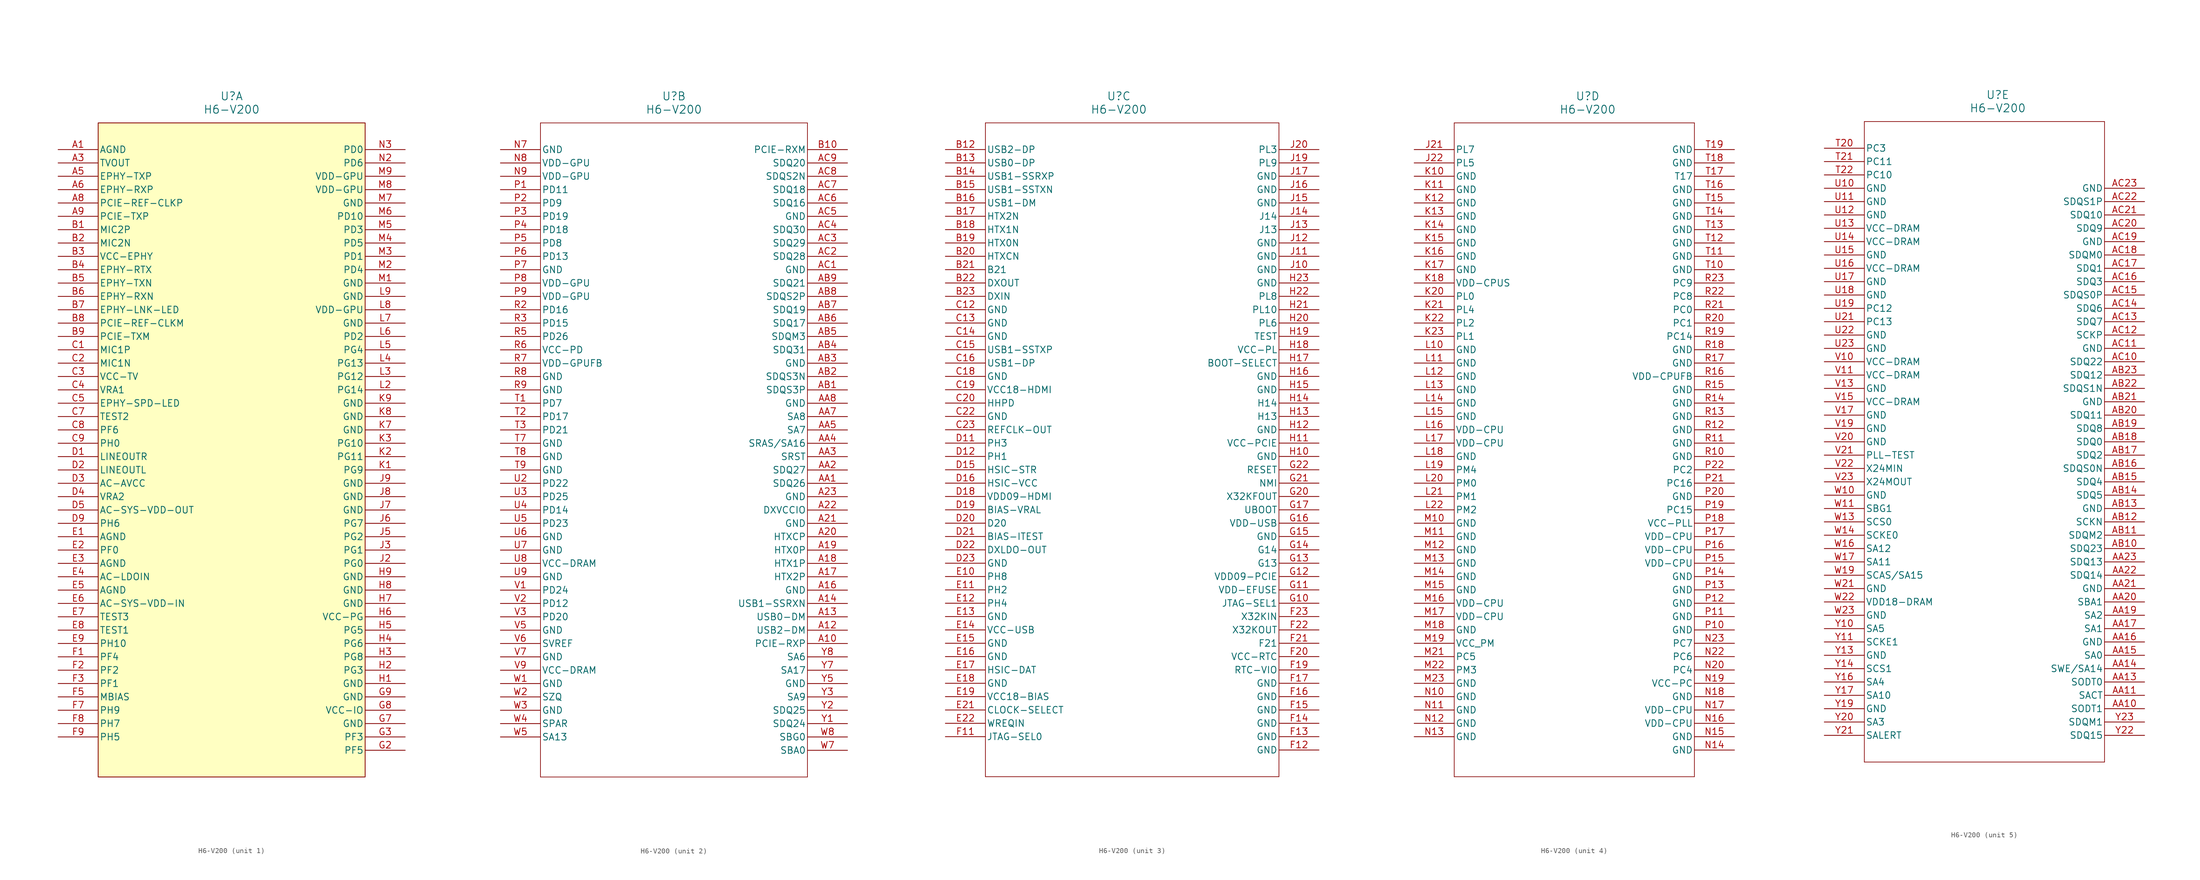
<source format=kicad_sym>
(kicad_symbol_lib
  (version 20231120)
  (generator "kicad_symbol_editor")
  (generator_version "8.0")
  (symbol "H6-V200"
    (pin_names
      (offset 0.254))
    (property "Reference" "U"
      (at 33.02 10.16 0)
      (effects (font (size 1.524 1.524))))
    (property "Value" "H6-V200"
      (at 33.02 7.62 0)
      (effects (font (size 1.524 1.524))))
    (property "ki_locked" ""
      (at 0 0 0)
      (effects (font (size 1.27 1.27))))
    (symbol "H6-V200_1_1"
      (rectangle (start 7.62 5.08) (end 58.42 -119.38) (stroke (width 0) (type default)) (fill (type background)))
      (pin power_out line (at 0 0 0) (length 7.62) (name "AGND" (effects (font (size 1.27 1.27)))) (number "A1" (effects (font (size 1.27 1.27)))))
      (pin unspecified line (at 0 -2.54 0) (length 7.62) (name "TVOUT" (effects (font (size 1.27 1.27)))) (number "A3" (effects (font (size 1.27 1.27)))))
      (pin unspecified line (at 0 -5.08 0) (length 7.62) (name "EPHY-TXP" (effects (font (size 1.27 1.27)))) (number "A5" (effects (font (size 1.27 1.27)))))
      (pin unspecified line (at 0 -7.62 0) (length 7.62) (name "EPHY-RXP" (effects (font (size 1.27 1.27)))) (number "A6" (effects (font (size 1.27 1.27)))))
      (pin unspecified line (at 0 -10.16 0) (length 7.62) (name "PCIE-REF-CLKP" (effects (font (size 1.27 1.27)))) (number "A8" (effects (font (size 1.27 1.27)))))
      (pin unspecified line (at 0 -12.7 0) (length 7.62) (name "PCIE-TXP" (effects (font (size 1.27 1.27)))) (number "A9" (effects (font (size 1.27 1.27)))))
      (pin unspecified line (at 0 -15.24 0) (length 7.62) (name "MIC2P" (effects (font (size 1.27 1.27)))) (number "B1" (effects (font (size 1.27 1.27)))))
      (pin unspecified line (at 0 -17.78 0) (length 7.62) (name "MIC2N" (effects (font (size 1.27 1.27)))) (number "B2" (effects (font (size 1.27 1.27)))))
      (pin power_in line (at 0 -20.32 0) (length 7.62) (name "VCC-EPHY" (effects (font (size 1.27 1.27)))) (number "B3" (effects (font (size 1.27 1.27)))))
      (pin unspecified line (at 0 -22.86 0) (length 7.62) (name "EPHY-RTX" (effects (font (size 1.27 1.27)))) (number "B4" (effects (font (size 1.27 1.27)))))
      (pin unspecified line (at 0 -25.4 0) (length 7.62) (name "EPHY-TXN" (effects (font (size 1.27 1.27)))) (number "B5" (effects (font (size 1.27 1.27)))))
      (pin unspecified line (at 0 -27.94 0) (length 7.62) (name "EPHY-RXN" (effects (font (size 1.27 1.27)))) (number "B6" (effects (font (size 1.27 1.27)))))
      (pin output line (at 0 -30.48 0) (length 7.62) (name "EPHY-LNK-LED" (effects (font (size 1.27 1.27)))) (number "B7" (effects (font (size 1.27 1.27)))))
      (pin unspecified line (at 0 -33.02 0) (length 7.62) (name "PCIE-REF-CLKM" (effects (font (size 1.27 1.27)))) (number "B8" (effects (font (size 1.27 1.27)))))
      (pin unspecified line (at 0 -35.56 0) (length 7.62) (name "PCIE-TXM" (effects (font (size 1.27 1.27)))) (number "B9" (effects (font (size 1.27 1.27)))))
      (pin unspecified line (at 0 -38.1 0) (length 7.62) (name "MIC1P" (effects (font (size 1.27 1.27)))) (number "C1" (effects (font (size 1.27 1.27)))))
      (pin unspecified line (at 0 -40.64 0) (length 7.62) (name "MIC1N" (effects (font (size 1.27 1.27)))) (number "C2" (effects (font (size 1.27 1.27)))))
      (pin power_in line (at 0 -43.18 0) (length 7.62) (name "VCC-TV" (effects (font (size 1.27 1.27)))) (number "C3" (effects (font (size 1.27 1.27)))))
      (pin unspecified line (at 0 -45.72 0) (length 7.62) (name "VRA1" (effects (font (size 1.27 1.27)))) (number "C4" (effects (font (size 1.27 1.27)))))
      (pin output line (at 0 -48.26 0) (length 7.62) (name "EPHY-SPD-LED" (effects (font (size 1.27 1.27)))) (number "C5" (effects (font (size 1.27 1.27)))))
      (pin bidirectional line (at 0 -50.8 0) (length 7.62) (name "TEST2" (effects (font (size 1.27 1.27)))) (number "C7" (effects (font (size 1.27 1.27)))))
      (pin bidirectional line (at 0 -53.34 0) (length 7.62) (name "PF6" (effects (font (size 1.27 1.27)))) (number "C8" (effects (font (size 1.27 1.27)))))
      (pin bidirectional line (at 0 -55.88 0) (length 7.62) (name "PH0" (effects (font (size 1.27 1.27)))) (number "C9" (effects (font (size 1.27 1.27)))))
      (pin unspecified line (at 0 -58.42 0) (length 7.62) (name "LINEOUTR" (effects (font (size 1.27 1.27)))) (number "D1" (effects (font (size 1.27 1.27)))))
      (pin unspecified line (at 0 -60.96 0) (length 7.62) (name "LINEOUTL" (effects (font (size 1.27 1.27)))) (number "D2" (effects (font (size 1.27 1.27)))))
      (pin power_in line (at 0 -63.5 0) (length 7.62) (name "AC-AVCC" (effects (font (size 1.27 1.27)))) (number "D3" (effects (font (size 1.27 1.27)))))
      (pin unspecified line (at 0 -66.04 0) (length 7.62) (name "VRA2" (effects (font (size 1.27 1.27)))) (number "D4" (effects (font (size 1.27 1.27)))))
      (pin unspecified line (at 0 -68.58 0) (length 7.62) (name "AC-SYS-VDD-OUT" (effects (font (size 1.27 1.27)))) (number "D5" (effects (font (size 1.27 1.27)))))
      (pin bidirectional line (at 0 -71.12 0) (length 7.62) (name "PH6" (effects (font (size 1.27 1.27)))) (number "D9" (effects (font (size 1.27 1.27)))))
      (pin power_out line (at 0 -73.66 0) (length 7.62) (name "AGND" (effects (font (size 1.27 1.27)))) (number "E1" (effects (font (size 1.27 1.27)))))
      (pin bidirectional line (at 0 -76.2 0) (length 7.62) (name "PF0" (effects (font (size 1.27 1.27)))) (number "E2" (effects (font (size 1.27 1.27)))))
      (pin power_out line (at 0 -78.74 0) (length 7.62) (name "AGND" (effects (font (size 1.27 1.27)))) (number "E3" (effects (font (size 1.27 1.27)))))
      (pin power_in line (at 0 -81.28 0) (length 7.62) (name "AC-LDOIN" (effects (font (size 1.27 1.27)))) (number "E4" (effects (font (size 1.27 1.27)))))
      (pin power_out line (at 0 -83.82 0) (length 7.62) (name "AGND" (effects (font (size 1.27 1.27)))) (number "E5" (effects (font (size 1.27 1.27)))))
      (pin unspecified line (at 0 -86.36 0) (length 7.62) (name "AC-SYS-VDD-IN" (effects (font (size 1.27 1.27)))) (number "E6" (effects (font (size 1.27 1.27)))))
      (pin bidirectional line (at 0 -88.9 0) (length 7.62) (name "TEST3" (effects (font (size 1.27 1.27)))) (number "E7" (effects (font (size 1.27 1.27)))))
      (pin bidirectional line (at 0 -91.44 0) (length 7.62) (name "TEST1" (effects (font (size 1.27 1.27)))) (number "E8" (effects (font (size 1.27 1.27)))))
      (pin bidirectional line (at 0 -93.98 0) (length 7.62) (name "PH10" (effects (font (size 1.27 1.27)))) (number "E9" (effects (font (size 1.27 1.27)))))
      (pin bidirectional line (at 0 -96.52 0) (length 7.62) (name "PF4" (effects (font (size 1.27 1.27)))) (number "F1" (effects (font (size 1.27 1.27)))))
      (pin bidirectional line (at 0 -99.06 0) (length 7.62) (name "PF2" (effects (font (size 1.27 1.27)))) (number "F2" (effects (font (size 1.27 1.27)))))
      (pin bidirectional line (at 0 -101.6 0) (length 7.62) (name "PF1" (effects (font (size 1.27 1.27)))) (number "F3" (effects (font (size 1.27 1.27)))))
      (pin unspecified line (at 0 -104.14 0) (length 7.62) (name "MBIAS" (effects (font (size 1.27 1.27)))) (number "F5" (effects (font (size 1.27 1.27)))))
      (pin bidirectional line (at 0 -106.68 0) (length 7.62) (name "PH9" (effects (font (size 1.27 1.27)))) (number "F7" (effects (font (size 1.27 1.27)))))
      (pin bidirectional line (at 0 -109.22 0) (length 7.62) (name "PH7" (effects (font (size 1.27 1.27)))) (number "F8" (effects (font (size 1.27 1.27)))))
      (pin bidirectional line (at 0 -111.76 0) (length 7.62) (name "PH5" (effects (font (size 1.27 1.27)))) (number "F9" (effects (font (size 1.27 1.27)))))
      (pin bidirectional line (at 66.04 -114.3 180) (length 7.62) (name "PF5" (effects (font (size 1.27 1.27)))) (number "G2" (effects (font (size 1.27 1.27)))))
      (pin bidirectional line (at 66.04 -111.76 180) (length 7.62) (name "PF3" (effects (font (size 1.27 1.27)))) (number "G3" (effects (font (size 1.27 1.27)))))
      (pin power_out line (at 66.04 -109.22 180) (length 7.62) (name "GND" (effects (font (size 1.27 1.27)))) (number "G7" (effects (font (size 1.27 1.27)))))
      (pin power_in line (at 66.04 -106.68 180) (length 7.62) (name "VCC-IO" (effects (font (size 1.27 1.27)))) (number "G8" (effects (font (size 1.27 1.27)))))
      (pin power_out line (at 66.04 -104.14 180) (length 7.62) (name "GND" (effects (font (size 1.27 1.27)))) (number "G9" (effects (font (size 1.27 1.27)))))
      (pin power_out line (at 66.04 -101.6 180) (length 7.62) (name "GND" (effects (font (size 1.27 1.27)))) (number "H1" (effects (font (size 1.27 1.27)))))
      (pin bidirectional line (at 66.04 -99.06 180) (length 7.62) (name "PG3" (effects (font (size 1.27 1.27)))) (number "H2" (effects (font (size 1.27 1.27)))))
      (pin bidirectional line (at 66.04 -96.52 180) (length 7.62) (name "PG8" (effects (font (size 1.27 1.27)))) (number "H3" (effects (font (size 1.27 1.27)))))
      (pin bidirectional line (at 66.04 -93.98 180) (length 7.62) (name "PG6" (effects (font (size 1.27 1.27)))) (number "H4" (effects (font (size 1.27 1.27)))))
      (pin bidirectional line (at 66.04 -91.44 180) (length 7.62) (name "PG5" (effects (font (size 1.27 1.27)))) (number "H5" (effects (font (size 1.27 1.27)))))
      (pin power_in line (at 66.04 -88.9 180) (length 7.62) (name "VCC-PG" (effects (font (size 1.27 1.27)))) (number "H6" (effects (font (size 1.27 1.27)))))
      (pin power_out line (at 66.04 -86.36 180) (length 7.62) (name "GND" (effects (font (size 1.27 1.27)))) (number "H7" (effects (font (size 1.27 1.27)))))
      (pin power_out line (at 66.04 -83.82 180) (length 7.62) (name "GND" (effects (font (size 1.27 1.27)))) (number "H8" (effects (font (size 1.27 1.27)))))
      (pin power_out line (at 66.04 -81.28 180) (length 7.62) (name "GND" (effects (font (size 1.27 1.27)))) (number "H9" (effects (font (size 1.27 1.27)))))
      (pin bidirectional line (at 66.04 -78.74 180) (length 7.62) (name "PG0" (effects (font (size 1.27 1.27)))) (number "J2" (effects (font (size 1.27 1.27)))))
      (pin bidirectional line (at 66.04 -76.2 180) (length 7.62) (name "PG1" (effects (font (size 1.27 1.27)))) (number "J3" (effects (font (size 1.27 1.27)))))
      (pin bidirectional line (at 66.04 -73.66 180) (length 7.62) (name "PG2" (effects (font (size 1.27 1.27)))) (number "J5" (effects (font (size 1.27 1.27)))))
      (pin bidirectional line (at 66.04 -71.12 180) (length 7.62) (name "PG7" (effects (font (size 1.27 1.27)))) (number "J6" (effects (font (size 1.27 1.27)))))
      (pin power_out line (at 66.04 -68.58 180) (length 7.62) (name "GND" (effects (font (size 1.27 1.27)))) (number "J7" (effects (font (size 1.27 1.27)))))
      (pin power_out line (at 66.04 -66.04 180) (length 7.62) (name "GND" (effects (font (size 1.27 1.27)))) (number "J8" (effects (font (size 1.27 1.27)))))
      (pin power_out line (at 66.04 -63.5 180) (length 7.62) (name "GND" (effects (font (size 1.27 1.27)))) (number "J9" (effects (font (size 1.27 1.27)))))
      (pin bidirectional line (at 66.04 -60.96 180) (length 7.62) (name "PG9" (effects (font (size 1.27 1.27)))) (number "K1" (effects (font (size 1.27 1.27)))))
      (pin bidirectional line (at 66.04 -58.42 180) (length 7.62) (name "PG11" (effects (font (size 1.27 1.27)))) (number "K2" (effects (font (size 1.27 1.27)))))
      (pin bidirectional line (at 66.04 -55.88 180) (length 7.62) (name "PG10" (effects (font (size 1.27 1.27)))) (number "K3" (effects (font (size 1.27 1.27)))))
      (pin power_out line (at 66.04 -53.34 180) (length 7.62) (name "GND" (effects (font (size 1.27 1.27)))) (number "K7" (effects (font (size 1.27 1.27)))))
      (pin power_out line (at 66.04 -50.8 180) (length 7.62) (name "GND" (effects (font (size 1.27 1.27)))) (number "K8" (effects (font (size 1.27 1.27)))))
      (pin power_out line (at 66.04 -48.26 180) (length 7.62) (name "GND" (effects (font (size 1.27 1.27)))) (number "K9" (effects (font (size 1.27 1.27)))))
      (pin bidirectional line (at 66.04 -45.72 180) (length 7.62) (name "PG14" (effects (font (size 1.27 1.27)))) (number "L2" (effects (font (size 1.27 1.27)))))
      (pin bidirectional line (at 66.04 -43.18 180) (length 7.62) (name "PG12" (effects (font (size 1.27 1.27)))) (number "L3" (effects (font (size 1.27 1.27)))))
      (pin bidirectional line (at 66.04 -40.64 180) (length 7.62) (name "PG13" (effects (font (size 1.27 1.27)))) (number "L4" (effects (font (size 1.27 1.27)))))
      (pin bidirectional line (at 66.04 -38.1 180) (length 7.62) (name "PG4" (effects (font (size 1.27 1.27)))) (number "L5" (effects (font (size 1.27 1.27)))))
      (pin bidirectional line (at 66.04 -35.56 180) (length 7.62) (name "PD2" (effects (font (size 1.27 1.27)))) (number "L6" (effects (font (size 1.27 1.27)))))
      (pin power_out line (at 66.04 -33.02 180) (length 7.62) (name "GND" (effects (font (size 1.27 1.27)))) (number "L7" (effects (font (size 1.27 1.27)))))
      (pin power_in line (at 66.04 -30.48 180) (length 7.62) (name "VDD-GPU" (effects (font (size 1.27 1.27)))) (number "L8" (effects (font (size 1.27 1.27)))))
      (pin power_out line (at 66.04 -27.94 180) (length 7.62) (name "GND" (effects (font (size 1.27 1.27)))) (number "L9" (effects (font (size 1.27 1.27)))))
      (pin power_out line (at 66.04 -25.4 180) (length 7.62) (name "GND" (effects (font (size 1.27 1.27)))) (number "M1" (effects (font (size 1.27 1.27)))))
      (pin bidirectional line (at 66.04 -22.86 180) (length 7.62) (name "PD4" (effects (font (size 1.27 1.27)))) (number "M2" (effects (font (size 1.27 1.27)))))
      (pin bidirectional line (at 66.04 -20.32 180) (length 7.62) (name "PD1" (effects (font (size 1.27 1.27)))) (number "M3" (effects (font (size 1.27 1.27)))))
      (pin bidirectional line (at 66.04 -17.78 180) (length 7.62) (name "PD5" (effects (font (size 1.27 1.27)))) (number "M4" (effects (font (size 1.27 1.27)))))
      (pin bidirectional line (at 66.04 -15.24 180) (length 7.62) (name "PD3" (effects (font (size 1.27 1.27)))) (number "M5" (effects (font (size 1.27 1.27)))))
      (pin bidirectional line (at 66.04 -12.7 180) (length 7.62) (name "PD10" (effects (font (size 1.27 1.27)))) (number "M6" (effects (font (size 1.27 1.27)))))
      (pin power_out line (at 66.04 -10.16 180) (length 7.62) (name "GND" (effects (font (size 1.27 1.27)))) (number "M7" (effects (font (size 1.27 1.27)))))
      (pin power_in line (at 66.04 -7.62 180) (length 7.62) (name "VDD-GPU" (effects (font (size 1.27 1.27)))) (number "M8" (effects (font (size 1.27 1.27)))))
      (pin power_in line (at 66.04 -5.08 180) (length 7.62) (name "VDD-GPU" (effects (font (size 1.27 1.27)))) (number "M9" (effects (font (size 1.27 1.27)))))
      (pin bidirectional line (at 66.04 -2.54 180) (length 7.62) (name "PD6" (effects (font (size 1.27 1.27)))) (number "N2" (effects (font (size 1.27 1.27)))))
      (pin bidirectional line (at 66.04 0 180) (length 7.62) (name "PD0" (effects (font (size 1.27 1.27)))) (number "N3" (effects (font (size 1.27 1.27))))))
    (symbol "H6-V200_2_1"
      (polyline (pts (xy 7.62 -119.38) (xy 58.42 -119.38)) (stroke (width 0.127) (type default)) (fill (type none)))
      (polyline (pts (xy 7.62 5.08) (xy 7.62 -119.38)) (stroke (width 0.127) (type default)) (fill (type none)))
      (polyline (pts (xy 58.42 -119.38) (xy 58.42 5.08)) (stroke (width 0.127) (type default)) (fill (type none)))
      (polyline (pts (xy 58.42 5.08) (xy 7.62 5.08)) (stroke (width 0.127) (type default)) (fill (type none)))
      (pin unspecified line (at 66.04 -93.98 180) (length 7.62) (name "PCIE-RXP" (effects (font (size 1.27 1.27)))) (number "A10" (effects (font (size 1.27 1.27)))))
      (pin unspecified line (at 66.04 -91.44 180) (length 7.62) (name "USB2-DM" (effects (font (size 1.27 1.27)))) (number "A12" (effects (font (size 1.27 1.27)))))
      (pin unspecified line (at 66.04 -88.9 180) (length 7.62) (name "USB0-DM" (effects (font (size 1.27 1.27)))) (number "A13" (effects (font (size 1.27 1.27)))))
      (pin unspecified line (at 66.04 -86.36 180) (length 7.62) (name "USB1-SSRXN" (effects (font (size 1.27 1.27)))) (number "A14" (effects (font (size 1.27 1.27)))))
      (pin power_out line (at 66.04 -83.82 180) (length 7.62) (name "GND" (effects (font (size 1.27 1.27)))) (number "A16" (effects (font (size 1.27 1.27)))))
      (pin unspecified line (at 66.04 -81.28 180) (length 7.62) (name "HTX2P" (effects (font (size 1.27 1.27)))) (number "A17" (effects (font (size 1.27 1.27)))))
      (pin unspecified line (at 66.04 -78.74 180) (length 7.62) (name "HTX1P" (effects (font (size 1.27 1.27)))) (number "A18" (effects (font (size 1.27 1.27)))))
      (pin unspecified line (at 66.04 -76.2 180) (length 7.62) (name "HTX0P" (effects (font (size 1.27 1.27)))) (number "A19" (effects (font (size 1.27 1.27)))))
      (pin unspecified line (at 66.04 -73.66 180) (length 7.62) (name "HTXCP" (effects (font (size 1.27 1.27)))) (number "A20" (effects (font (size 1.27 1.27)))))
      (pin power_out line (at 66.04 -71.12 180) (length 7.62) (name "GND" (effects (font (size 1.27 1.27)))) (number "A21" (effects (font (size 1.27 1.27)))))
      (pin power_in line (at 66.04 -68.58 180) (length 7.62) (name "DXVCCIO" (effects (font (size 1.27 1.27)))) (number "A22" (effects (font (size 1.27 1.27)))))
      (pin power_out line (at 66.04 -66.04 180) (length 7.62) (name "GND" (effects (font (size 1.27 1.27)))) (number "A23" (effects (font (size 1.27 1.27)))))
      (pin bidirectional line (at 66.04 -63.5 180) (length 7.62) (name "SDQ26" (effects (font (size 1.27 1.27)))) (number "AA1" (effects (font (size 1.27 1.27)))))
      (pin bidirectional line (at 66.04 -60.96 180) (length 7.62) (name "SDQ27" (effects (font (size 1.27 1.27)))) (number "AA2" (effects (font (size 1.27 1.27)))))
      (pin output line (at 66.04 -58.42 180) (length 7.62) (name "SRST" (effects (font (size 1.27 1.27)))) (number "AA3" (effects (font (size 1.27 1.27)))))
      (pin output line (at 66.04 -55.88 180) (length 7.62) (name "SRAS/SA16" (effects (font (size 1.27 1.27)))) (number "AA4" (effects (font (size 1.27 1.27)))))
      (pin output line (at 66.04 -53.34 180) (length 7.62) (name "SA7" (effects (font (size 1.27 1.27)))) (number "AA5" (effects (font (size 1.27 1.27)))))
      (pin output line (at 66.04 -50.8 180) (length 7.62) (name "SA8" (effects (font (size 1.27 1.27)))) (number "AA7" (effects (font (size 1.27 1.27)))))
      (pin power_out line (at 66.04 -48.26 180) (length 7.62) (name "GND" (effects (font (size 1.27 1.27)))) (number "AA8" (effects (font (size 1.27 1.27)))))
      (pin bidirectional line (at 66.04 -45.72 180) (length 7.62) (name "SDQS3P" (effects (font (size 1.27 1.27)))) (number "AB1" (effects (font (size 1.27 1.27)))))
      (pin bidirectional line (at 66.04 -43.18 180) (length 7.62) (name "SDQS3N" (effects (font (size 1.27 1.27)))) (number "AB2" (effects (font (size 1.27 1.27)))))
      (pin power_out line (at 66.04 -40.64 180) (length 7.62) (name "GND" (effects (font (size 1.27 1.27)))) (number "AB3" (effects (font (size 1.27 1.27)))))
      (pin bidirectional line (at 66.04 -38.1 180) (length 7.62) (name "SDQ31" (effects (font (size 1.27 1.27)))) (number "AB4" (effects (font (size 1.27 1.27)))))
      (pin bidirectional line (at 66.04 -35.56 180) (length 7.62) (name "SDQM3" (effects (font (size 1.27 1.27)))) (number "AB5" (effects (font (size 1.27 1.27)))))
      (pin bidirectional line (at 66.04 -33.02 180) (length 7.62) (name "SDQ17" (effects (font (size 1.27 1.27)))) (number "AB6" (effects (font (size 1.27 1.27)))))
      (pin bidirectional line (at 66.04 -30.48 180) (length 7.62) (name "SDQ19" (effects (font (size 1.27 1.27)))) (number "AB7" (effects (font (size 1.27 1.27)))))
      (pin bidirectional line (at 66.04 -27.94 180) (length 7.62) (name "SDQS2P" (effects (font (size 1.27 1.27)))) (number "AB8" (effects (font (size 1.27 1.27)))))
      (pin bidirectional line (at 66.04 -25.4 180) (length 7.62) (name "SDQ21" (effects (font (size 1.27 1.27)))) (number "AB9" (effects (font (size 1.27 1.27)))))
      (pin power_out line (at 66.04 -22.86 180) (length 7.62) (name "GND" (effects (font (size 1.27 1.27)))) (number "AC1" (effects (font (size 1.27 1.27)))))
      (pin bidirectional line (at 66.04 -20.32 180) (length 7.62) (name "SDQ28" (effects (font (size 1.27 1.27)))) (number "AC2" (effects (font (size 1.27 1.27)))))
      (pin bidirectional line (at 66.04 -17.78 180) (length 7.62) (name "SDQ29" (effects (font (size 1.27 1.27)))) (number "AC3" (effects (font (size 1.27 1.27)))))
      (pin bidirectional line (at 66.04 -15.24 180) (length 7.62) (name "SDQ30" (effects (font (size 1.27 1.27)))) (number "AC4" (effects (font (size 1.27 1.27)))))
      (pin power_out line (at 66.04 -12.7 180) (length 7.62) (name "GND" (effects (font (size 1.27 1.27)))) (number "AC5" (effects (font (size 1.27 1.27)))))
      (pin bidirectional line (at 66.04 -10.16 180) (length 7.62) (name "SDQ16" (effects (font (size 1.27 1.27)))) (number "AC6" (effects (font (size 1.27 1.27)))))
      (pin bidirectional line (at 66.04 -7.62 180) (length 7.62) (name "SDQ18" (effects (font (size 1.27 1.27)))) (number "AC7" (effects (font (size 1.27 1.27)))))
      (pin bidirectional line (at 66.04 -5.08 180) (length 7.62) (name "SDQS2N" (effects (font (size 1.27 1.27)))) (number "AC8" (effects (font (size 1.27 1.27)))))
      (pin bidirectional line (at 66.04 -2.54 180) (length 7.62) (name "SDQ20" (effects (font (size 1.27 1.27)))) (number "AC9" (effects (font (size 1.27 1.27)))))
      (pin unspecified line (at 66.04 0 180) (length 7.62) (name "PCIE-RXM" (effects (font (size 1.27 1.27)))) (number "B10" (effects (font (size 1.27 1.27)))))
      (pin power_out line (at 0 0 0) (length 7.62) (name "GND" (effects (font (size 1.27 1.27)))) (number "N7" (effects (font (size 1.27 1.27)))))
      (pin power_in line (at 0 -2.54 0) (length 7.62) (name "VDD-GPU" (effects (font (size 1.27 1.27)))) (number "N8" (effects (font (size 1.27 1.27)))))
      (pin power_in line (at 0 -5.08 0) (length 7.62) (name "VDD-GPU" (effects (font (size 1.27 1.27)))) (number "N9" (effects (font (size 1.27 1.27)))))
      (pin bidirectional line (at 0 -7.62 0) (length 7.62) (name "PD11" (effects (font (size 1.27 1.27)))) (number "P1" (effects (font (size 1.27 1.27)))))
      (pin bidirectional line (at 0 -10.16 0) (length 7.62) (name "PD9" (effects (font (size 1.27 1.27)))) (number "P2" (effects (font (size 1.27 1.27)))))
      (pin bidirectional line (at 0 -12.7 0) (length 7.62) (name "PD19" (effects (font (size 1.27 1.27)))) (number "P3" (effects (font (size 1.27 1.27)))))
      (pin bidirectional line (at 0 -15.24 0) (length 7.62) (name "PD18" (effects (font (size 1.27 1.27)))) (number "P4" (effects (font (size 1.27 1.27)))))
      (pin bidirectional line (at 0 -17.78 0) (length 7.62) (name "PD8" (effects (font (size 1.27 1.27)))) (number "P5" (effects (font (size 1.27 1.27)))))
      (pin bidirectional line (at 0 -20.32 0) (length 7.62) (name "PD13" (effects (font (size 1.27 1.27)))) (number "P6" (effects (font (size 1.27 1.27)))))
      (pin power_out line (at 0 -22.86 0) (length 7.62) (name "GND" (effects (font (size 1.27 1.27)))) (number "P7" (effects (font (size 1.27 1.27)))))
      (pin power_in line (at 0 -25.4 0) (length 7.62) (name "VDD-GPU" (effects (font (size 1.27 1.27)))) (number "P8" (effects (font (size 1.27 1.27)))))
      (pin power_in line (at 0 -27.94 0) (length 7.62) (name "VDD-GPU" (effects (font (size 1.27 1.27)))) (number "P9" (effects (font (size 1.27 1.27)))))
      (pin bidirectional line (at 0 -30.48 0) (length 7.62) (name "PD16" (effects (font (size 1.27 1.27)))) (number "R2" (effects (font (size 1.27 1.27)))))
      (pin bidirectional line (at 0 -33.02 0) (length 7.62) (name "PD15" (effects (font (size 1.27 1.27)))) (number "R3" (effects (font (size 1.27 1.27)))))
      (pin bidirectional line (at 0 -35.56 0) (length 7.62) (name "PD26" (effects (font (size 1.27 1.27)))) (number "R5" (effects (font (size 1.27 1.27)))))
      (pin power_in line (at 0 -38.1 0) (length 7.62) (name "VCC-PD" (effects (font (size 1.27 1.27)))) (number "R6" (effects (font (size 1.27 1.27)))))
      (pin power_in line (at 0 -40.64 0) (length 7.62) (name "VDD-GPUFB" (effects (font (size 1.27 1.27)))) (number "R7" (effects (font (size 1.27 1.27)))))
      (pin power_out line (at 0 -43.18 0) (length 7.62) (name "GND" (effects (font (size 1.27 1.27)))) (number "R8" (effects (font (size 1.27 1.27)))))
      (pin power_out line (at 0 -45.72 0) (length 7.62) (name "GND" (effects (font (size 1.27 1.27)))) (number "R9" (effects (font (size 1.27 1.27)))))
      (pin bidirectional line (at 0 -48.26 0) (length 7.62) (name "PD7" (effects (font (size 1.27 1.27)))) (number "T1" (effects (font (size 1.27 1.27)))))
      (pin bidirectional line (at 0 -50.8 0) (length 7.62) (name "PD17" (effects (font (size 1.27 1.27)))) (number "T2" (effects (font (size 1.27 1.27)))))
      (pin bidirectional line (at 0 -53.34 0) (length 7.62) (name "PD21" (effects (font (size 1.27 1.27)))) (number "T3" (effects (font (size 1.27 1.27)))))
      (pin power_out line (at 0 -55.88 0) (length 7.62) (name "GND" (effects (font (size 1.27 1.27)))) (number "T7" (effects (font (size 1.27 1.27)))))
      (pin power_out line (at 0 -58.42 0) (length 7.62) (name "GND" (effects (font (size 1.27 1.27)))) (number "T8" (effects (font (size 1.27 1.27)))))
      (pin power_out line (at 0 -60.96 0) (length 7.62) (name "GND" (effects (font (size 1.27 1.27)))) (number "T9" (effects (font (size 1.27 1.27)))))
      (pin bidirectional line (at 0 -63.5 0) (length 7.62) (name "PD22" (effects (font (size 1.27 1.27)))) (number "U2" (effects (font (size 1.27 1.27)))))
      (pin bidirectional line (at 0 -66.04 0) (length 7.62) (name "PD25" (effects (font (size 1.27 1.27)))) (number "U3" (effects (font (size 1.27 1.27)))))
      (pin bidirectional line (at 0 -68.58 0) (length 7.62) (name "PD14" (effects (font (size 1.27 1.27)))) (number "U4" (effects (font (size 1.27 1.27)))))
      (pin bidirectional line (at 0 -71.12 0) (length 7.62) (name "PD23" (effects (font (size 1.27 1.27)))) (number "U5" (effects (font (size 1.27 1.27)))))
      (pin power_out line (at 0 -73.66 0) (length 7.62) (name "GND" (effects (font (size 1.27 1.27)))) (number "U6" (effects (font (size 1.27 1.27)))))
      (pin power_out line (at 0 -76.2 0) (length 7.62) (name "GND" (effects (font (size 1.27 1.27)))) (number "U7" (effects (font (size 1.27 1.27)))))
      (pin power_in line (at 0 -78.74 0) (length 7.62) (name "VCC-DRAM" (effects (font (size 1.27 1.27)))) (number "U8" (effects (font (size 1.27 1.27)))))
      (pin power_out line (at 0 -81.28 0) (length 7.62) (name "GND" (effects (font (size 1.27 1.27)))) (number "U9" (effects (font (size 1.27 1.27)))))
      (pin bidirectional line (at 0 -83.82 0) (length 7.62) (name "PD24" (effects (font (size 1.27 1.27)))) (number "V1" (effects (font (size 1.27 1.27)))))
      (pin bidirectional line (at 0 -86.36 0) (length 7.62) (name "PD12" (effects (font (size 1.27 1.27)))) (number "V2" (effects (font (size 1.27 1.27)))))
      (pin bidirectional line (at 0 -88.9 0) (length 7.62) (name "PD20" (effects (font (size 1.27 1.27)))) (number "V3" (effects (font (size 1.27 1.27)))))
      (pin power_out line (at 0 -91.44 0) (length 7.62) (name "GND" (effects (font (size 1.27 1.27)))) (number "V5" (effects (font (size 1.27 1.27)))))
      (pin power_in line (at 0 -93.98 0) (length 7.62) (name "SVREF" (effects (font (size 1.27 1.27)))) (number "V6" (effects (font (size 1.27 1.27)))))
      (pin power_out line (at 0 -96.52 0) (length 7.62) (name "GND" (effects (font (size 1.27 1.27)))) (number "V7" (effects (font (size 1.27 1.27)))))
      (pin power_in line (at 0 -99.06 0) (length 7.62) (name "VCC-DRAM" (effects (font (size 1.27 1.27)))) (number "V9" (effects (font (size 1.27 1.27)))))
      (pin power_out line (at 0 -101.6 0) (length 7.62) (name "GND" (effects (font (size 1.27 1.27)))) (number "W1" (effects (font (size 1.27 1.27)))))
      (pin unspecified line (at 0 -104.14 0) (length 7.62) (name "SZQ" (effects (font (size 1.27 1.27)))) (number "W2" (effects (font (size 1.27 1.27)))))
      (pin power_out line (at 0 -106.68 0) (length 7.62) (name "GND" (effects (font (size 1.27 1.27)))) (number "W3" (effects (font (size 1.27 1.27)))))
      (pin output line (at 0 -109.22 0) (length 7.62) (name "SPAR" (effects (font (size 1.27 1.27)))) (number "W4" (effects (font (size 1.27 1.27)))))
      (pin output line (at 0 -111.76 0) (length 7.62) (name "SA13" (effects (font (size 1.27 1.27)))) (number "W5" (effects (font (size 1.27 1.27)))))
      (pin output line (at 66.04 -114.3 180) (length 7.62) (name "SBA0" (effects (font (size 1.27 1.27)))) (number "W7" (effects (font (size 1.27 1.27)))))
      (pin output line (at 66.04 -111.76 180) (length 7.62) (name "SBG0" (effects (font (size 1.27 1.27)))) (number "W8" (effects (font (size 1.27 1.27)))))
      (pin bidirectional line (at 66.04 -109.22 180) (length 7.62) (name "SDQ24" (effects (font (size 1.27 1.27)))) (number "Y1" (effects (font (size 1.27 1.27)))))
      (pin bidirectional line (at 66.04 -106.68 180) (length 7.62) (name "SDQ25" (effects (font (size 1.27 1.27)))) (number "Y2" (effects (font (size 1.27 1.27)))))
      (pin output line (at 66.04 -104.14 180) (length 7.62) (name "SA9" (effects (font (size 1.27 1.27)))) (number "Y3" (effects (font (size 1.27 1.27)))))
      (pin power_out line (at 66.04 -101.6 180) (length 7.62) (name "GND" (effects (font (size 1.27 1.27)))) (number "Y5" (effects (font (size 1.27 1.27)))))
      (pin output line (at 66.04 -99.06 180) (length 7.62) (name "SA17" (effects (font (size 1.27 1.27)))) (number "Y7" (effects (font (size 1.27 1.27)))))
      (pin output line (at 66.04 -96.52 180) (length 7.62) (name "SA6" (effects (font (size 1.27 1.27)))) (number "Y8" (effects (font (size 1.27 1.27))))))
    (symbol "H6-V200_3_1"
      (polyline (pts (xy 7.62 -119.38) (xy 63.5 -119.38)) (stroke (width 0.127) (type default)) (fill (type none)))
      (polyline (pts (xy 7.62 5.08) (xy 7.62 -119.38)) (stroke (width 0.127) (type default)) (fill (type none)))
      (polyline (pts (xy 63.5 -119.38) (xy 63.5 5.08)) (stroke (width 0.127) (type default)) (fill (type none)))
      (polyline (pts (xy 63.5 5.08) (xy 7.62 5.08)) (stroke (width 0.127) (type default)) (fill (type none)))
      (pin unspecified line (at 0 0 0) (length 7.62) (name "USB2-DP" (effects (font (size 1.27 1.27)))) (number "B12" (effects (font (size 1.27 1.27)))))
      (pin unspecified line (at 0 -2.54 0) (length 7.62) (name "USB0-DP" (effects (font (size 1.27 1.27)))) (number "B13" (effects (font (size 1.27 1.27)))))
      (pin unspecified line (at 0 -5.08 0) (length 7.62) (name "USB1-SSRXP" (effects (font (size 1.27 1.27)))) (number "B14" (effects (font (size 1.27 1.27)))))
      (pin unspecified line (at 0 -7.62 0) (length 7.62) (name "USB1-SSTXN" (effects (font (size 1.27 1.27)))) (number "B15" (effects (font (size 1.27 1.27)))))
      (pin unspecified line (at 0 -10.16 0) (length 7.62) (name "USB1-DM" (effects (font (size 1.27 1.27)))) (number "B16" (effects (font (size 1.27 1.27)))))
      (pin unspecified line (at 0 -12.7 0) (length 7.62) (name "HTX2N" (effects (font (size 1.27 1.27)))) (number "B17" (effects (font (size 1.27 1.27)))))
      (pin unspecified line (at 0 -15.24 0) (length 7.62) (name "HTX1N" (effects (font (size 1.27 1.27)))) (number "B18" (effects (font (size 1.27 1.27)))))
      (pin unspecified line (at 0 -17.78 0) (length 7.62) (name "HTX0N" (effects (font (size 1.27 1.27)))) (number "B19" (effects (font (size 1.27 1.27)))))
      (pin unspecified line (at 0 -20.32 0) (length 7.62) (name "HTXCN" (effects (font (size 1.27 1.27)))) (number "B20" (effects (font (size 1.27 1.27)))))
      (pin unspecified line (at 0 -22.86 0) (length 7.62) (name "B21" (effects (font (size 1.27 1.27)))) (number "B21" (effects (font (size 1.27 1.27)))))
      (pin unspecified line (at 0 -25.4 0) (length 7.62) (name "DXOUT" (effects (font (size 1.27 1.27)))) (number "B22" (effects (font (size 1.27 1.27)))))
      (pin unspecified line (at 0 -27.94 0) (length 7.62) (name "DXIN" (effects (font (size 1.27 1.27)))) (number "B23" (effects (font (size 1.27 1.27)))))
      (pin power_out line (at 0 -30.48 0) (length 7.62) (name "GND" (effects (font (size 1.27 1.27)))) (number "C12" (effects (font (size 1.27 1.27)))))
      (pin power_out line (at 0 -33.02 0) (length 7.62) (name "GND" (effects (font (size 1.27 1.27)))) (number "C13" (effects (font (size 1.27 1.27)))))
      (pin power_out line (at 0 -35.56 0) (length 7.62) (name "GND" (effects (font (size 1.27 1.27)))) (number "C14" (effects (font (size 1.27 1.27)))))
      (pin unspecified line (at 0 -38.1 0) (length 7.62) (name "USB1-SSTXP" (effects (font (size 1.27 1.27)))) (number "C15" (effects (font (size 1.27 1.27)))))
      (pin unspecified line (at 0 -40.64 0) (length 7.62) (name "USB1-DP" (effects (font (size 1.27 1.27)))) (number "C16" (effects (font (size 1.27 1.27)))))
      (pin power_out line (at 0 -43.18 0) (length 7.62) (name "GND" (effects (font (size 1.27 1.27)))) (number "C18" (effects (font (size 1.27 1.27)))))
      (pin power_in line (at 0 -45.72 0) (length 7.62) (name "VCC18-HDMI" (effects (font (size 1.27 1.27)))) (number "C19" (effects (font (size 1.27 1.27)))))
      (pin unspecified line (at 0 -48.26 0) (length 7.62) (name "HHPD" (effects (font (size 1.27 1.27)))) (number "C20" (effects (font (size 1.27 1.27)))))
      (pin power_out line (at 0 -50.8 0) (length 7.62) (name "GND" (effects (font (size 1.27 1.27)))) (number "C22" (effects (font (size 1.27 1.27)))))
      (pin unspecified line (at 0 -53.34 0) (length 7.62) (name "REFCLK-OUT" (effects (font (size 1.27 1.27)))) (number "C23" (effects (font (size 1.27 1.27)))))
      (pin bidirectional line (at 0 -55.88 0) (length 7.62) (name "PH3" (effects (font (size 1.27 1.27)))) (number "D11" (effects (font (size 1.27 1.27)))))
      (pin bidirectional line (at 0 -58.42 0) (length 7.62) (name "PH1" (effects (font (size 1.27 1.27)))) (number "D12" (effects (font (size 1.27 1.27)))))
      (pin unspecified line (at 0 -60.96 0) (length 7.62) (name "HSIC-STR" (effects (font (size 1.27 1.27)))) (number "D15" (effects (font (size 1.27 1.27)))))
      (pin power_in line (at 0 -63.5 0) (length 7.62) (name "HSIC-VCC" (effects (font (size 1.27 1.27)))) (number "D16" (effects (font (size 1.27 1.27)))))
      (pin power_in line (at 0 -66.04 0) (length 7.62) (name "VDD09-HDMI" (effects (font (size 1.27 1.27)))) (number "D18" (effects (font (size 1.27 1.27)))))
      (pin unspecified line (at 0 -68.58 0) (length 7.62) (name "BIAS-VRAL" (effects (font (size 1.27 1.27)))) (number "D19" (effects (font (size 1.27 1.27)))))
      (pin unspecified line (at 0 -71.12 0) (length 7.62) (name "D20" (effects (font (size 1.27 1.27)))) (number "D20" (effects (font (size 1.27 1.27)))))
      (pin unspecified line (at 0 -73.66 0) (length 7.62) (name "BIAS-ITEST" (effects (font (size 1.27 1.27)))) (number "D21" (effects (font (size 1.27 1.27)))))
      (pin power_in line (at 0 -76.2 0) (length 7.62) (name "DXLDO-OUT" (effects (font (size 1.27 1.27)))) (number "D22" (effects (font (size 1.27 1.27)))))
      (pin power_out line (at 0 -78.74 0) (length 7.62) (name "GND" (effects (font (size 1.27 1.27)))) (number "D23" (effects (font (size 1.27 1.27)))))
      (pin bidirectional line (at 0 -81.28 0) (length 7.62) (name "PH8" (effects (font (size 1.27 1.27)))) (number "E10" (effects (font (size 1.27 1.27)))))
      (pin bidirectional line (at 0 -83.82 0) (length 7.62) (name "PH2" (effects (font (size 1.27 1.27)))) (number "E11" (effects (font (size 1.27 1.27)))))
      (pin bidirectional line (at 0 -86.36 0) (length 7.62) (name "PH4" (effects (font (size 1.27 1.27)))) (number "E12" (effects (font (size 1.27 1.27)))))
      (pin power_out line (at 0 -88.9 0) (length 7.62) (name "GND" (effects (font (size 1.27 1.27)))) (number "E13" (effects (font (size 1.27 1.27)))))
      (pin power_in line (at 0 -91.44 0) (length 7.62) (name "VCC-USB" (effects (font (size 1.27 1.27)))) (number "E14" (effects (font (size 1.27 1.27)))))
      (pin power_out line (at 0 -93.98 0) (length 7.62) (name "GND" (effects (font (size 1.27 1.27)))) (number "E15" (effects (font (size 1.27 1.27)))))
      (pin power_out line (at 0 -96.52 0) (length 7.62) (name "GND" (effects (font (size 1.27 1.27)))) (number "E16" (effects (font (size 1.27 1.27)))))
      (pin unspecified line (at 0 -99.06 0) (length 7.62) (name "HSIC-DAT" (effects (font (size 1.27 1.27)))) (number "E17" (effects (font (size 1.27 1.27)))))
      (pin power_out line (at 0 -101.6 0) (length 7.62) (name "GND" (effects (font (size 1.27 1.27)))) (number "E18" (effects (font (size 1.27 1.27)))))
      (pin power_in line (at 0 -104.14 0) (length 7.62) (name "VCC18-BIAS" (effects (font (size 1.27 1.27)))) (number "E19" (effects (font (size 1.27 1.27)))))
      (pin bidirectional line (at 0 -106.68 0) (length 7.62) (name "CLOCK-SELECT" (effects (font (size 1.27 1.27)))) (number "E21" (effects (font (size 1.27 1.27)))))
      (pin unspecified line (at 0 -109.22 0) (length 7.62) (name "WREQIN" (effects (font (size 1.27 1.27)))) (number "E22" (effects (font (size 1.27 1.27)))))
      (pin input line (at 0 -111.76 0) (length 7.62) (name "JTAG-SEL0" (effects (font (size 1.27 1.27)))) (number "F11" (effects (font (size 1.27 1.27)))))
      (pin power_out line (at 71.12 -114.3 180) (length 7.62) (name "GND" (effects (font (size 1.27 1.27)))) (number "F12" (effects (font (size 1.27 1.27)))))
      (pin power_out line (at 71.12 -111.76 180) (length 7.62) (name "GND" (effects (font (size 1.27 1.27)))) (number "F13" (effects (font (size 1.27 1.27)))))
      (pin power_out line (at 71.12 -109.22 180) (length 7.62) (name "GND" (effects (font (size 1.27 1.27)))) (number "F14" (effects (font (size 1.27 1.27)))))
      (pin power_out line (at 71.12 -106.68 180) (length 7.62) (name "GND" (effects (font (size 1.27 1.27)))) (number "F15" (effects (font (size 1.27 1.27)))))
      (pin power_out line (at 71.12 -104.14 180) (length 7.62) (name "GND" (effects (font (size 1.27 1.27)))) (number "F16" (effects (font (size 1.27 1.27)))))
      (pin power_out line (at 71.12 -101.6 180) (length 7.62) (name "GND" (effects (font (size 1.27 1.27)))) (number "F17" (effects (font (size 1.27 1.27)))))
      (pin power_in line (at 71.12 -99.06 180) (length 7.62) (name "RTC-VIO" (effects (font (size 1.27 1.27)))) (number "F19" (effects (font (size 1.27 1.27)))))
      (pin power_in line (at 71.12 -96.52 180) (length 7.62) (name "VCC-RTC" (effects (font (size 1.27 1.27)))) (number "F20" (effects (font (size 1.27 1.27)))))
      (pin unspecified line (at 71.12 -93.98 180) (length 7.62) (name "F21" (effects (font (size 1.27 1.27)))) (number "F21" (effects (font (size 1.27 1.27)))))
      (pin unspecified line (at 71.12 -91.44 180) (length 7.62) (name "X32KOUT" (effects (font (size 1.27 1.27)))) (number "F22" (effects (font (size 1.27 1.27)))))
      (pin unspecified line (at 71.12 -88.9 180) (length 7.62) (name "X32KIN" (effects (font (size 1.27 1.27)))) (number "F23" (effects (font (size 1.27 1.27)))))
      (pin input line (at 71.12 -86.36 180) (length 7.62) (name "JTAG-SEL1" (effects (font (size 1.27 1.27)))) (number "G10" (effects (font (size 1.27 1.27)))))
      (pin power_in line (at 71.12 -83.82 180) (length 7.62) (name "VDD-EFUSE" (effects (font (size 1.27 1.27)))) (number "G11" (effects (font (size 1.27 1.27)))))
      (pin power_in line (at 71.12 -81.28 180) (length 7.62) (name "VDD09-PCIE" (effects (font (size 1.27 1.27)))) (number "G12" (effects (font (size 1.27 1.27)))))
      (pin unspecified line (at 71.12 -78.74 180) (length 7.62) (name "G13" (effects (font (size 1.27 1.27)))) (number "G13" (effects (font (size 1.27 1.27)))))
      (pin unspecified line (at 71.12 -76.2 180) (length 7.62) (name "G14" (effects (font (size 1.27 1.27)))) (number "G14" (effects (font (size 1.27 1.27)))))
      (pin power_out line (at 71.12 -73.66 180) (length 7.62) (name "GND" (effects (font (size 1.27 1.27)))) (number "G15" (effects (font (size 1.27 1.27)))))
      (pin power_in line (at 71.12 -71.12 180) (length 7.62) (name "VDD-USB" (effects (font (size 1.27 1.27)))) (number "G16" (effects (font (size 1.27 1.27)))))
      (pin input line (at 71.12 -68.58 180) (length 7.62) (name "UBOOT" (effects (font (size 1.27 1.27)))) (number "G17" (effects (font (size 1.27 1.27)))))
      (pin unspecified line (at 71.12 -66.04 180) (length 7.62) (name "X32KFOUT" (effects (font (size 1.27 1.27)))) (number "G20" (effects (font (size 1.27 1.27)))))
      (pin bidirectional line (at 71.12 -63.5 180) (length 7.62) (name "NMI" (effects (font (size 1.27 1.27)))) (number "G21" (effects (font (size 1.27 1.27)))))
      (pin bidirectional line (at 71.12 -60.96 180) (length 7.62) (name "RESET" (effects (font (size 1.27 1.27)))) (number "G22" (effects (font (size 1.27 1.27)))))
      (pin power_out line (at 71.12 -58.42 180) (length 7.62) (name "GND" (effects (font (size 1.27 1.27)))) (number "H10" (effects (font (size 1.27 1.27)))))
      (pin power_in line (at 71.12 -55.88 180) (length 7.62) (name "VCC-PCIE" (effects (font (size 1.27 1.27)))) (number "H11" (effects (font (size 1.27 1.27)))))
      (pin power_out line (at 71.12 -53.34 180) (length 7.62) (name "GND" (effects (font (size 1.27 1.27)))) (number "H12" (effects (font (size 1.27 1.27)))))
      (pin unspecified line (at 71.12 -50.8 180) (length 7.62) (name "H13" (effects (font (size 1.27 1.27)))) (number "H13" (effects (font (size 1.27 1.27)))))
      (pin unspecified line (at 71.12 -48.26 180) (length 7.62) (name "H14" (effects (font (size 1.27 1.27)))) (number "H14" (effects (font (size 1.27 1.27)))))
      (pin power_out line (at 71.12 -45.72 180) (length 7.62) (name "GND" (effects (font (size 1.27 1.27)))) (number "H15" (effects (font (size 1.27 1.27)))))
      (pin power_out line (at 71.12 -43.18 180) (length 7.62) (name "GND" (effects (font (size 1.27 1.27)))) (number "H16" (effects (font (size 1.27 1.27)))))
      (pin input line (at 71.12 -40.64 180) (length 7.62) (name "BOOT-SELECT" (effects (font (size 1.27 1.27)))) (number "H17" (effects (font (size 1.27 1.27)))))
      (pin power_in line (at 71.12 -38.1 180) (length 7.62) (name "VCC-PL" (effects (font (size 1.27 1.27)))) (number "H18" (effects (font (size 1.27 1.27)))))
      (pin input line (at 71.12 -35.56 180) (length 7.62) (name "TEST" (effects (font (size 1.27 1.27)))) (number "H19" (effects (font (size 1.27 1.27)))))
      (pin bidirectional line (at 71.12 -33.02 180) (length 7.62) (name "PL6" (effects (font (size 1.27 1.27)))) (number "H20" (effects (font (size 1.27 1.27)))))
      (pin bidirectional line (at 71.12 -30.48 180) (length 7.62) (name "PL10" (effects (font (size 1.27 1.27)))) (number "H21" (effects (font (size 1.27 1.27)))))
      (pin bidirectional line (at 71.12 -27.94 180) (length 7.62) (name "PL8" (effects (font (size 1.27 1.27)))) (number "H22" (effects (font (size 1.27 1.27)))))
      (pin power_out line (at 71.12 -25.4 180) (length 7.62) (name "GND" (effects (font (size 1.27 1.27)))) (number "H23" (effects (font (size 1.27 1.27)))))
      (pin power_out line (at 71.12 -22.86 180) (length 7.62) (name "GND" (effects (font (size 1.27 1.27)))) (number "J10" (effects (font (size 1.27 1.27)))))
      (pin power_out line (at 71.12 -20.32 180) (length 7.62) (name "GND" (effects (font (size 1.27 1.27)))) (number "J11" (effects (font (size 1.27 1.27)))))
      (pin power_out line (at 71.12 -17.78 180) (length 7.62) (name "GND" (effects (font (size 1.27 1.27)))) (number "J12" (effects (font (size 1.27 1.27)))))
      (pin unspecified line (at 71.12 -15.24 180) (length 7.62) (name "J13" (effects (font (size 1.27 1.27)))) (number "J13" (effects (font (size 1.27 1.27)))))
      (pin unspecified line (at 71.12 -12.7 180) (length 7.62) (name "J14" (effects (font (size 1.27 1.27)))) (number "J14" (effects (font (size 1.27 1.27)))))
      (pin power_out line (at 71.12 -10.16 180) (length 7.62) (name "GND" (effects (font (size 1.27 1.27)))) (number "J15" (effects (font (size 1.27 1.27)))))
      (pin power_out line (at 71.12 -7.62 180) (length 7.62) (name "GND" (effects (font (size 1.27 1.27)))) (number "J16" (effects (font (size 1.27 1.27)))))
      (pin power_out line (at 71.12 -5.08 180) (length 7.62) (name "GND" (effects (font (size 1.27 1.27)))) (number "J17" (effects (font (size 1.27 1.27)))))
      (pin bidirectional line (at 71.12 -2.54 180) (length 7.62) (name "PL9" (effects (font (size 1.27 1.27)))) (number "J19" (effects (font (size 1.27 1.27)))))
      (pin bidirectional line (at 71.12 0 180) (length 7.62) (name "PL3" (effects (font (size 1.27 1.27)))) (number "J20" (effects (font (size 1.27 1.27))))))
    (symbol "H6-V200_4_1"
      (polyline (pts (xy 7.62 -119.38) (xy 53.34 -119.38)) (stroke (width 0.127) (type default)) (fill (type none)))
      (polyline (pts (xy 7.62 5.08) (xy 7.62 -119.38)) (stroke (width 0.127) (type default)) (fill (type none)))
      (polyline (pts (xy 53.34 -119.38) (xy 53.34 5.08)) (stroke (width 0.127) (type default)) (fill (type none)))
      (polyline (pts (xy 53.34 5.08) (xy 7.62 5.08)) (stroke (width 0.127) (type default)) (fill (type none)))
      (pin bidirectional line (at 0 0 0) (length 7.62) (name "PL7" (effects (font (size 1.27 1.27)))) (number "J21" (effects (font (size 1.27 1.27)))))
      (pin bidirectional line (at 0 -2.54 0) (length 7.62) (name "PL5" (effects (font (size 1.27 1.27)))) (number "J22" (effects (font (size 1.27 1.27)))))
      (pin power_out line (at 0 -5.08 0) (length 7.62) (name "GND" (effects (font (size 1.27 1.27)))) (number "K10" (effects (font (size 1.27 1.27)))))
      (pin power_out line (at 0 -7.62 0) (length 7.62) (name "GND" (effects (font (size 1.27 1.27)))) (number "K11" (effects (font (size 1.27 1.27)))))
      (pin power_out line (at 0 -10.16 0) (length 7.62) (name "GND" (effects (font (size 1.27 1.27)))) (number "K12" (effects (font (size 1.27 1.27)))))
      (pin power_out line (at 0 -12.7 0) (length 7.62) (name "GND" (effects (font (size 1.27 1.27)))) (number "K13" (effects (font (size 1.27 1.27)))))
      (pin power_out line (at 0 -15.24 0) (length 7.62) (name "GND" (effects (font (size 1.27 1.27)))) (number "K14" (effects (font (size 1.27 1.27)))))
      (pin power_out line (at 0 -17.78 0) (length 7.62) (name "GND" (effects (font (size 1.27 1.27)))) (number "K15" (effects (font (size 1.27 1.27)))))
      (pin power_out line (at 0 -20.32 0) (length 7.62) (name "GND" (effects (font (size 1.27 1.27)))) (number "K16" (effects (font (size 1.27 1.27)))))
      (pin power_out line (at 0 -22.86 0) (length 7.62) (name "GND" (effects (font (size 1.27 1.27)))) (number "K17" (effects (font (size 1.27 1.27)))))
      (pin power_in line (at 0 -25.4 0) (length 7.62) (name "VDD-CPUS" (effects (font (size 1.27 1.27)))) (number "K18" (effects (font (size 1.27 1.27)))))
      (pin bidirectional line (at 0 -27.94 0) (length 7.62) (name "PL0" (effects (font (size 1.27 1.27)))) (number "K20" (effects (font (size 1.27 1.27)))))
      (pin bidirectional line (at 0 -30.48 0) (length 7.62) (name "PL4" (effects (font (size 1.27 1.27)))) (number "K21" (effects (font (size 1.27 1.27)))))
      (pin bidirectional line (at 0 -33.02 0) (length 7.62) (name "PL2" (effects (font (size 1.27 1.27)))) (number "K22" (effects (font (size 1.27 1.27)))))
      (pin bidirectional line (at 0 -35.56 0) (length 7.62) (name "PL1" (effects (font (size 1.27 1.27)))) (number "K23" (effects (font (size 1.27 1.27)))))
      (pin power_out line (at 0 -38.1 0) (length 7.62) (name "GND" (effects (font (size 1.27 1.27)))) (number "L10" (effects (font (size 1.27 1.27)))))
      (pin power_out line (at 0 -40.64 0) (length 7.62) (name "GND" (effects (font (size 1.27 1.27)))) (number "L11" (effects (font (size 1.27 1.27)))))
      (pin power_out line (at 0 -43.18 0) (length 7.62) (name "GND" (effects (font (size 1.27 1.27)))) (number "L12" (effects (font (size 1.27 1.27)))))
      (pin power_out line (at 0 -45.72 0) (length 7.62) (name "GND" (effects (font (size 1.27 1.27)))) (number "L13" (effects (font (size 1.27 1.27)))))
      (pin power_out line (at 0 -48.26 0) (length 7.62) (name "GND" (effects (font (size 1.27 1.27)))) (number "L14" (effects (font (size 1.27 1.27)))))
      (pin power_out line (at 0 -50.8 0) (length 7.62) (name "GND" (effects (font (size 1.27 1.27)))) (number "L15" (effects (font (size 1.27 1.27)))))
      (pin power_in line (at 0 -53.34 0) (length 7.62) (name "VDD-CPU" (effects (font (size 1.27 1.27)))) (number "L16" (effects (font (size 1.27 1.27)))))
      (pin power_in line (at 0 -55.88 0) (length 7.62) (name "VDD-CPU" (effects (font (size 1.27 1.27)))) (number "L17" (effects (font (size 1.27 1.27)))))
      (pin power_out line (at 0 -58.42 0) (length 7.62) (name "GND" (effects (font (size 1.27 1.27)))) (number "L18" (effects (font (size 1.27 1.27)))))
      (pin bidirectional line (at 0 -60.96 0) (length 7.62) (name "PM4" (effects (font (size 1.27 1.27)))) (number "L19" (effects (font (size 1.27 1.27)))))
      (pin bidirectional line (at 0 -63.5 0) (length 7.62) (name "PM0" (effects (font (size 1.27 1.27)))) (number "L20" (effects (font (size 1.27 1.27)))))
      (pin bidirectional line (at 0 -66.04 0) (length 7.62) (name "PM1" (effects (font (size 1.27 1.27)))) (number "L21" (effects (font (size 1.27 1.27)))))
      (pin bidirectional line (at 0 -68.58 0) (length 7.62) (name "PM2" (effects (font (size 1.27 1.27)))) (number "L22" (effects (font (size 1.27 1.27)))))
      (pin power_out line (at 0 -71.12 0) (length 7.62) (name "GND" (effects (font (size 1.27 1.27)))) (number "M10" (effects (font (size 1.27 1.27)))))
      (pin power_out line (at 0 -73.66 0) (length 7.62) (name "GND" (effects (font (size 1.27 1.27)))) (number "M11" (effects (font (size 1.27 1.27)))))
      (pin power_out line (at 0 -76.2 0) (length 7.62) (name "GND" (effects (font (size 1.27 1.27)))) (number "M12" (effects (font (size 1.27 1.27)))))
      (pin power_out line (at 0 -78.74 0) (length 7.62) (name "GND" (effects (font (size 1.27 1.27)))) (number "M13" (effects (font (size 1.27 1.27)))))
      (pin power_out line (at 0 -81.28 0) (length 7.62) (name "GND" (effects (font (size 1.27 1.27)))) (number "M14" (effects (font (size 1.27 1.27)))))
      (pin power_out line (at 0 -83.82 0) (length 7.62) (name "GND" (effects (font (size 1.27 1.27)))) (number "M15" (effects (font (size 1.27 1.27)))))
      (pin power_in line (at 0 -86.36 0) (length 7.62) (name "VDD-CPU" (effects (font (size 1.27 1.27)))) (number "M16" (effects (font (size 1.27 1.27)))))
      (pin power_in line (at 0 -88.9 0) (length 7.62) (name "VDD-CPU" (effects (font (size 1.27 1.27)))) (number "M17" (effects (font (size 1.27 1.27)))))
      (pin power_out line (at 0 -91.44 0) (length 7.62) (name "GND" (effects (font (size 1.27 1.27)))) (number "M18" (effects (font (size 1.27 1.27)))))
      (pin power_in line (at 0 -93.98 0) (length 7.62) (name "VCC_PM" (effects (font (size 1.27 1.27)))) (number "M19" (effects (font (size 1.27 1.27)))))
      (pin bidirectional line (at 0 -96.52 0) (length 7.62) (name "PC5" (effects (font (size 1.27 1.27)))) (number "M21" (effects (font (size 1.27 1.27)))))
      (pin bidirectional line (at 0 -99.06 0) (length 7.62) (name "PM3" (effects (font (size 1.27 1.27)))) (number "M22" (effects (font (size 1.27 1.27)))))
      (pin power_out line (at 0 -101.6 0) (length 7.62) (name "GND" (effects (font (size 1.27 1.27)))) (number "M23" (effects (font (size 1.27 1.27)))))
      (pin power_out line (at 0 -104.14 0) (length 7.62) (name "GND" (effects (font (size 1.27 1.27)))) (number "N10" (effects (font (size 1.27 1.27)))))
      (pin power_out line (at 0 -106.68 0) (length 7.62) (name "GND" (effects (font (size 1.27 1.27)))) (number "N11" (effects (font (size 1.27 1.27)))))
      (pin power_out line (at 0 -109.22 0) (length 7.62) (name "GND" (effects (font (size 1.27 1.27)))) (number "N12" (effects (font (size 1.27 1.27)))))
      (pin power_out line (at 0 -111.76 0) (length 7.62) (name "GND" (effects (font (size 1.27 1.27)))) (number "N13" (effects (font (size 1.27 1.27)))))
      (pin power_out line (at 60.96 -114.3 180) (length 7.62) (name "GND" (effects (font (size 1.27 1.27)))) (number "N14" (effects (font (size 1.27 1.27)))))
      (pin power_out line (at 60.96 -111.76 180) (length 7.62) (name "GND" (effects (font (size 1.27 1.27)))) (number "N15" (effects (font (size 1.27 1.27)))))
      (pin power_in line (at 60.96 -109.22 180) (length 7.62) (name "VDD-CPU" (effects (font (size 1.27 1.27)))) (number "N16" (effects (font (size 1.27 1.27)))))
      (pin power_in line (at 60.96 -106.68 180) (length 7.62) (name "VDD-CPU" (effects (font (size 1.27 1.27)))) (number "N17" (effects (font (size 1.27 1.27)))))
      (pin power_out line (at 60.96 -104.14 180) (length 7.62) (name "GND" (effects (font (size 1.27 1.27)))) (number "N18" (effects (font (size 1.27 1.27)))))
      (pin power_in line (at 60.96 -101.6 180) (length 7.62) (name "VCC-PC" (effects (font (size 1.27 1.27)))) (number "N19" (effects (font (size 1.27 1.27)))))
      (pin bidirectional line (at 60.96 -99.06 180) (length 7.62) (name "PC4" (effects (font (size 1.27 1.27)))) (number "N20" (effects (font (size 1.27 1.27)))))
      (pin bidirectional line (at 60.96 -96.52 180) (length 7.62) (name "PC6" (effects (font (size 1.27 1.27)))) (number "N22" (effects (font (size 1.27 1.27)))))
      (pin bidirectional line (at 60.96 -93.98 180) (length 7.62) (name "PC7" (effects (font (size 1.27 1.27)))) (number "N23" (effects (font (size 1.27 1.27)))))
      (pin power_out line (at 60.96 -91.44 180) (length 7.62) (name "GND" (effects (font (size 1.27 1.27)))) (number "P10" (effects (font (size 1.27 1.27)))))
      (pin power_out line (at 60.96 -88.9 180) (length 7.62) (name "GND" (effects (font (size 1.27 1.27)))) (number "P11" (effects (font (size 1.27 1.27)))))
      (pin power_out line (at 60.96 -86.36 180) (length 7.62) (name "GND" (effects (font (size 1.27 1.27)))) (number "P12" (effects (font (size 1.27 1.27)))))
      (pin power_out line (at 60.96 -83.82 180) (length 7.62) (name "GND" (effects (font (size 1.27 1.27)))) (number "P13" (effects (font (size 1.27 1.27)))))
      (pin power_out line (at 60.96 -81.28 180) (length 7.62) (name "GND" (effects (font (size 1.27 1.27)))) (number "P14" (effects (font (size 1.27 1.27)))))
      (pin power_in line (at 60.96 -78.74 180) (length 7.62) (name "VDD-CPU" (effects (font (size 1.27 1.27)))) (number "P15" (effects (font (size 1.27 1.27)))))
      (pin power_in line (at 60.96 -76.2 180) (length 7.62) (name "VDD-CPU" (effects (font (size 1.27 1.27)))) (number "P16" (effects (font (size 1.27 1.27)))))
      (pin power_in line (at 60.96 -73.66 180) (length 7.62) (name "VDD-CPU" (effects (font (size 1.27 1.27)))) (number "P17" (effects (font (size 1.27 1.27)))))
      (pin power_in line (at 60.96 -71.12 180) (length 7.62) (name "VCC-PLL" (effects (font (size 1.27 1.27)))) (number "P18" (effects (font (size 1.27 1.27)))))
      (pin bidirectional line (at 60.96 -68.58 180) (length 7.62) (name "PC15" (effects (font (size 1.27 1.27)))) (number "P19" (effects (font (size 1.27 1.27)))))
      (pin power_out line (at 60.96 -66.04 180) (length 7.62) (name "GND" (effects (font (size 1.27 1.27)))) (number "P20" (effects (font (size 1.27 1.27)))))
      (pin bidirectional line (at 60.96 -63.5 180) (length 7.62) (name "PC16" (effects (font (size 1.27 1.27)))) (number "P21" (effects (font (size 1.27 1.27)))))
      (pin bidirectional line (at 60.96 -60.96 180) (length 7.62) (name "PC2" (effects (font (size 1.27 1.27)))) (number "P22" (effects (font (size 1.27 1.27)))))
      (pin power_out line (at 60.96 -58.42 180) (length 7.62) (name "GND" (effects (font (size 1.27 1.27)))) (number "R10" (effects (font (size 1.27 1.27)))))
      (pin power_out line (at 60.96 -55.88 180) (length 7.62) (name "GND" (effects (font (size 1.27 1.27)))) (number "R11" (effects (font (size 1.27 1.27)))))
      (pin power_out line (at 60.96 -53.34 180) (length 7.62) (name "GND" (effects (font (size 1.27 1.27)))) (number "R12" (effects (font (size 1.27 1.27)))))
      (pin power_out line (at 60.96 -50.8 180) (length 7.62) (name "GND" (effects (font (size 1.27 1.27)))) (number "R13" (effects (font (size 1.27 1.27)))))
      (pin power_out line (at 60.96 -48.26 180) (length 7.62) (name "GND" (effects (font (size 1.27 1.27)))) (number "R14" (effects (font (size 1.27 1.27)))))
      (pin power_out line (at 60.96 -45.72 180) (length 7.62) (name "GND" (effects (font (size 1.27 1.27)))) (number "R15" (effects (font (size 1.27 1.27)))))
      (pin power_in line (at 60.96 -43.18 180) (length 7.62) (name "VDD-CPUFB" (effects (font (size 1.27 1.27)))) (number "R16" (effects (font (size 1.27 1.27)))))
      (pin power_out line (at 60.96 -40.64 180) (length 7.62) (name "GND" (effects (font (size 1.27 1.27)))) (number "R17" (effects (font (size 1.27 1.27)))))
      (pin power_out line (at 60.96 -38.1 180) (length 7.62) (name "GND" (effects (font (size 1.27 1.27)))) (number "R18" (effects (font (size 1.27 1.27)))))
      (pin bidirectional line (at 60.96 -35.56 180) (length 7.62) (name "PC14" (effects (font (size 1.27 1.27)))) (number "R19" (effects (font (size 1.27 1.27)))))
      (pin bidirectional line (at 60.96 -33.02 180) (length 7.62) (name "PC1" (effects (font (size 1.27 1.27)))) (number "R20" (effects (font (size 1.27 1.27)))))
      (pin bidirectional line (at 60.96 -30.48 180) (length 7.62) (name "PC0" (effects (font (size 1.27 1.27)))) (number "R21" (effects (font (size 1.27 1.27)))))
      (pin bidirectional line (at 60.96 -27.94 180) (length 7.62) (name "PC8" (effects (font (size 1.27 1.27)))) (number "R22" (effects (font (size 1.27 1.27)))))
      (pin bidirectional line (at 60.96 -25.4 180) (length 7.62) (name "PC9" (effects (font (size 1.27 1.27)))) (number "R23" (effects (font (size 1.27 1.27)))))
      (pin power_out line (at 60.96 -22.86 180) (length 7.62) (name "GND" (effects (font (size 1.27 1.27)))) (number "T10" (effects (font (size 1.27 1.27)))))
      (pin power_out line (at 60.96 -20.32 180) (length 7.62) (name "GND" (effects (font (size 1.27 1.27)))) (number "T11" (effects (font (size 1.27 1.27)))))
      (pin power_out line (at 60.96 -17.78 180) (length 7.62) (name "GND" (effects (font (size 1.27 1.27)))) (number "T12" (effects (font (size 1.27 1.27)))))
      (pin power_out line (at 60.96 -15.24 180) (length 7.62) (name "GND" (effects (font (size 1.27 1.27)))) (number "T13" (effects (font (size 1.27 1.27)))))
      (pin power_out line (at 60.96 -12.7 180) (length 7.62) (name "GND" (effects (font (size 1.27 1.27)))) (number "T14" (effects (font (size 1.27 1.27)))))
      (pin power_out line (at 60.96 -10.16 180) (length 7.62) (name "GND" (effects (font (size 1.27 1.27)))) (number "T15" (effects (font (size 1.27 1.27)))))
      (pin power_out line (at 60.96 -7.62 180) (length 7.62) (name "GND" (effects (font (size 1.27 1.27)))) (number "T16" (effects (font (size 1.27 1.27)))))
      (pin unspecified line (at 60.96 -5.08 180) (length 7.62) (name "T17" (effects (font (size 1.27 1.27)))) (number "T17" (effects (font (size 1.27 1.27)))))
      (pin power_out line (at 60.96 -2.54 180) (length 7.62) (name "GND" (effects (font (size 1.27 1.27)))) (number "T18" (effects (font (size 1.27 1.27)))))
      (pin power_out line (at 60.96 0 180) (length 7.62) (name "GND" (effects (font (size 1.27 1.27)))) (number "T19" (effects (font (size 1.27 1.27))))))
    (symbol "H6-V200_5_1"
      (polyline (pts (xy 7.62 -116.84) (xy 53.34 -116.84)) (stroke (width 0.127) (type default)) (fill (type none)))
      (polyline (pts (xy 7.62 5.08) (xy 7.62 -116.84)) (stroke (width 0.127) (type default)) (fill (type none)))
      (polyline (pts (xy 53.34 -116.84) (xy 53.34 5.08)) (stroke (width 0.127) (type default)) (fill (type none)))
      (polyline (pts (xy 53.34 5.08) (xy 7.62 5.08)) (stroke (width 0.127) (type default)) (fill (type none)))
      (pin output line (at 60.96 -106.68 180) (length 7.62) (name "SODT1" (effects (font (size 1.27 1.27)))) (number "AA10" (effects (font (size 1.27 1.27)))))
      (pin output line (at 60.96 -104.14 180) (length 7.62) (name "SACT" (effects (font (size 1.27 1.27)))) (number "AA11" (effects (font (size 1.27 1.27)))))
      (pin output line (at 60.96 -101.6 180) (length 7.62) (name "SODT0" (effects (font (size 1.27 1.27)))) (number "AA13" (effects (font (size 1.27 1.27)))))
      (pin output line (at 60.96 -99.06 180) (length 7.62) (name "SWE/SA14" (effects (font (size 1.27 1.27)))) (number "AA14" (effects (font (size 1.27 1.27)))))
      (pin output line (at 60.96 -96.52 180) (length 7.62) (name "SA0" (effects (font (size 1.27 1.27)))) (number "AA15" (effects (font (size 1.27 1.27)))))
      (pin power_out line (at 60.96 -93.98 180) (length 7.62) (name "GND" (effects (font (size 1.27 1.27)))) (number "AA16" (effects (font (size 1.27 1.27)))))
      (pin output line (at 60.96 -91.44 180) (length 7.62) (name "SA1" (effects (font (size 1.27 1.27)))) (number "AA17" (effects (font (size 1.27 1.27)))))
      (pin output line (at 60.96 -88.9 180) (length 7.62) (name "SA2" (effects (font (size 1.27 1.27)))) (number "AA19" (effects (font (size 1.27 1.27)))))
      (pin output line (at 60.96 -86.36 180) (length 7.62) (name "SBA1" (effects (font (size 1.27 1.27)))) (number "AA20" (effects (font (size 1.27 1.27)))))
      (pin power_out line (at 60.96 -83.82 180) (length 7.62) (name "GND" (effects (font (size 1.27 1.27)))) (number "AA21" (effects (font (size 1.27 1.27)))))
      (pin bidirectional line (at 60.96 -81.28 180) (length 7.62) (name "SDQ14" (effects (font (size 1.27 1.27)))) (number "AA22" (effects (font (size 1.27 1.27)))))
      (pin bidirectional line (at 60.96 -78.74 180) (length 7.62) (name "SDQ13" (effects (font (size 1.27 1.27)))) (number "AA23" (effects (font (size 1.27 1.27)))))
      (pin bidirectional line (at 60.96 -76.2 180) (length 7.62) (name "SDQ23" (effects (font (size 1.27 1.27)))) (number "AB10" (effects (font (size 1.27 1.27)))))
      (pin bidirectional line (at 60.96 -73.66 180) (length 7.62) (name "SDQM2" (effects (font (size 1.27 1.27)))) (number "AB11" (effects (font (size 1.27 1.27)))))
      (pin output line (at 60.96 -71.12 180) (length 7.62) (name "SCKN" (effects (font (size 1.27 1.27)))) (number "AB12" (effects (font (size 1.27 1.27)))))
      (pin power_out line (at 60.96 -68.58 180) (length 7.62) (name "GND" (effects (font (size 1.27 1.27)))) (number "AB13" (effects (font (size 1.27 1.27)))))
      (pin bidirectional line (at 60.96 -66.04 180) (length 7.62) (name "SDQ5" (effects (font (size 1.27 1.27)))) (number "AB14" (effects (font (size 1.27 1.27)))))
      (pin bidirectional line (at 60.96 -63.5 180) (length 7.62) (name "SDQ4" (effects (font (size 1.27 1.27)))) (number "AB15" (effects (font (size 1.27 1.27)))))
      (pin bidirectional line (at 60.96 -60.96 180) (length 7.62) (name "SDQS0N" (effects (font (size 1.27 1.27)))) (number "AB16" (effects (font (size 1.27 1.27)))))
      (pin bidirectional line (at 60.96 -58.42 180) (length 7.62) (name "SDQ2" (effects (font (size 1.27 1.27)))) (number "AB17" (effects (font (size 1.27 1.27)))))
      (pin bidirectional line (at 60.96 -55.88 180) (length 7.62) (name "SDQ0" (effects (font (size 1.27 1.27)))) (number "AB18" (effects (font (size 1.27 1.27)))))
      (pin bidirectional line (at 60.96 -53.34 180) (length 7.62) (name "SDQ8" (effects (font (size 1.27 1.27)))) (number "AB19" (effects (font (size 1.27 1.27)))))
      (pin bidirectional line (at 60.96 -50.8 180) (length 7.62) (name "SDQ11" (effects (font (size 1.27 1.27)))) (number "AB20" (effects (font (size 1.27 1.27)))))
      (pin power_out line (at 60.96 -48.26 180) (length 7.62) (name "GND" (effects (font (size 1.27 1.27)))) (number "AB21" (effects (font (size 1.27 1.27)))))
      (pin bidirectional line (at 60.96 -45.72 180) (length 7.62) (name "SDQS1N" (effects (font (size 1.27 1.27)))) (number "AB22" (effects (font (size 1.27 1.27)))))
      (pin bidirectional line (at 60.96 -43.18 180) (length 7.62) (name "SDQ12" (effects (font (size 1.27 1.27)))) (number "AB23" (effects (font (size 1.27 1.27)))))
      (pin bidirectional line (at 60.96 -40.64 180) (length 7.62) (name "SDQ22" (effects (font (size 1.27 1.27)))) (number "AC10" (effects (font (size 1.27 1.27)))))
      (pin power_out line (at 60.96 -38.1 180) (length 7.62) (name "GND" (effects (font (size 1.27 1.27)))) (number "AC11" (effects (font (size 1.27 1.27)))))
      (pin output line (at 60.96 -35.56 180) (length 7.62) (name "SCKP" (effects (font (size 1.27 1.27)))) (number "AC12" (effects (font (size 1.27 1.27)))))
      (pin bidirectional line (at 60.96 -33.02 180) (length 7.62) (name "SDQ7" (effects (font (size 1.27 1.27)))) (number "AC13" (effects (font (size 1.27 1.27)))))
      (pin bidirectional line (at 60.96 -30.48 180) (length 7.62) (name "SDQ6" (effects (font (size 1.27 1.27)))) (number "AC14" (effects (font (size 1.27 1.27)))))
      (pin bidirectional line (at 60.96 -27.94 180) (length 7.62) (name "SDQS0P" (effects (font (size 1.27 1.27)))) (number "AC15" (effects (font (size 1.27 1.27)))))
      (pin bidirectional line (at 60.96 -25.4 180) (length 7.62) (name "SDQ3" (effects (font (size 1.27 1.27)))) (number "AC16" (effects (font (size 1.27 1.27)))))
      (pin bidirectional line (at 60.96 -22.86 180) (length 7.62) (name "SDQ1" (effects (font (size 1.27 1.27)))) (number "AC17" (effects (font (size 1.27 1.27)))))
      (pin bidirectional line (at 60.96 -20.32 180) (length 7.62) (name "SDQM0" (effects (font (size 1.27 1.27)))) (number "AC18" (effects (font (size 1.27 1.27)))))
      (pin power_out line (at 60.96 -17.78 180) (length 7.62) (name "GND" (effects (font (size 1.27 1.27)))) (number "AC19" (effects (font (size 1.27 1.27)))))
      (pin bidirectional line (at 60.96 -15.24 180) (length 7.62) (name "SDQ9" (effects (font (size 1.27 1.27)))) (number "AC20" (effects (font (size 1.27 1.27)))))
      (pin bidirectional line (at 60.96 -12.7 180) (length 7.62) (name "SDQ10" (effects (font (size 1.27 1.27)))) (number "AC21" (effects (font (size 1.27 1.27)))))
      (pin bidirectional line (at 60.96 -10.16 180) (length 7.62) (name "SDQS1P" (effects (font (size 1.27 1.27)))) (number "AC22" (effects (font (size 1.27 1.27)))))
      (pin power_out line (at 60.96 -7.62 180) (length 7.62) (name "GND" (effects (font (size 1.27 1.27)))) (number "AC23" (effects (font (size 1.27 1.27)))))
      (pin bidirectional line (at 0 0 0) (length 7.62) (name "PC3" (effects (font (size 1.27 1.27)))) (number "T20" (effects (font (size 1.27 1.27)))))
      (pin bidirectional line (at 0 -2.54 0) (length 7.62) (name "PC11" (effects (font (size 1.27 1.27)))) (number "T21" (effects (font (size 1.27 1.27)))))
      (pin bidirectional line (at 0 -5.08 0) (length 7.62) (name "PC10" (effects (font (size 1.27 1.27)))) (number "T22" (effects (font (size 1.27 1.27)))))
      (pin power_out line (at 0 -7.62 0) (length 7.62) (name "GND" (effects (font (size 1.27 1.27)))) (number "U10" (effects (font (size 1.27 1.27)))))
      (pin power_out line (at 0 -10.16 0) (length 7.62) (name "GND" (effects (font (size 1.27 1.27)))) (number "U11" (effects (font (size 1.27 1.27)))))
      (pin power_out line (at 0 -12.7 0) (length 7.62) (name "GND" (effects (font (size 1.27 1.27)))) (number "U12" (effects (font (size 1.27 1.27)))))
      (pin power_in line (at 0 -15.24 0) (length 7.62) (name "VCC-DRAM" (effects (font (size 1.27 1.27)))) (number "U13" (effects (font (size 1.27 1.27)))))
      (pin power_in line (at 0 -17.78 0) (length 7.62) (name "VCC-DRAM" (effects (font (size 1.27 1.27)))) (number "U14" (effects (font (size 1.27 1.27)))))
      (pin power_out line (at 0 -20.32 0) (length 7.62) (name "GND" (effects (font (size 1.27 1.27)))) (number "U15" (effects (font (size 1.27 1.27)))))
      (pin power_in line (at 0 -22.86 0) (length 7.62) (name "VCC-DRAM" (effects (font (size 1.27 1.27)))) (number "U16" (effects (font (size 1.27 1.27)))))
      (pin power_out line (at 0 -25.4 0) (length 7.62) (name "GND" (effects (font (size 1.27 1.27)))) (number "U17" (effects (font (size 1.27 1.27)))))
      (pin power_out line (at 0 -27.94 0) (length 7.62) (name "GND" (effects (font (size 1.27 1.27)))) (number "U18" (effects (font (size 1.27 1.27)))))
      (pin bidirectional line (at 0 -30.48 0) (length 7.62) (name "PC12" (effects (font (size 1.27 1.27)))) (number "U19" (effects (font (size 1.27 1.27)))))
      (pin bidirectional line (at 0 -33.02 0) (length 7.62) (name "PC13" (effects (font (size 1.27 1.27)))) (number "U21" (effects (font (size 1.27 1.27)))))
      (pin power_out line (at 0 -35.56 0) (length 7.62) (name "GND" (effects (font (size 1.27 1.27)))) (number "U22" (effects (font (size 1.27 1.27)))))
      (pin power_out line (at 0 -38.1 0) (length 7.62) (name "GND" (effects (font (size 1.27 1.27)))) (number "U23" (effects (font (size 1.27 1.27)))))
      (pin power_in line (at 0 -40.64 0) (length 7.62) (name "VCC-DRAM" (effects (font (size 1.27 1.27)))) (number "V10" (effects (font (size 1.27 1.27)))))
      (pin power_in line (at 0 -43.18 0) (length 7.62) (name "VCC-DRAM" (effects (font (size 1.27 1.27)))) (number "V11" (effects (font (size 1.27 1.27)))))
      (pin power_out line (at 0 -45.72 0) (length 7.62) (name "GND" (effects (font (size 1.27 1.27)))) (number "V13" (effects (font (size 1.27 1.27)))))
      (pin power_in line (at 0 -48.26 0) (length 7.62) (name "VCC-DRAM" (effects (font (size 1.27 1.27)))) (number "V15" (effects (font (size 1.27 1.27)))))
      (pin power_out line (at 0 -50.8 0) (length 7.62) (name "GND" (effects (font (size 1.27 1.27)))) (number "V17" (effects (font (size 1.27 1.27)))))
      (pin power_out line (at 0 -53.34 0) (length 7.62) (name "GND" (effects (font (size 1.27 1.27)))) (number "V19" (effects (font (size 1.27 1.27)))))
      (pin power_out line (at 0 -55.88 0) (length 7.62) (name "GND" (effects (font (size 1.27 1.27)))) (number "V20" (effects (font (size 1.27 1.27)))))
      (pin unspecified line (at 0 -58.42 0) (length 7.62) (name "PLL-TEST" (effects (font (size 1.27 1.27)))) (number "V21" (effects (font (size 1.27 1.27)))))
      (pin unspecified line (at 0 -60.96 0) (length 7.62) (name "X24MIN" (effects (font (size 1.27 1.27)))) (number "V22" (effects (font (size 1.27 1.27)))))
      (pin unspecified line (at 0 -63.5 0) (length 7.62) (name "X24MOUT" (effects (font (size 1.27 1.27)))) (number "V23" (effects (font (size 1.27 1.27)))))
      (pin power_out line (at 0 -66.04 0) (length 7.62) (name "GND" (effects (font (size 1.27 1.27)))) (number "W10" (effects (font (size 1.27 1.27)))))
      (pin output line (at 0 -68.58 0) (length 7.62) (name "SBG1" (effects (font (size 1.27 1.27)))) (number "W11" (effects (font (size 1.27 1.27)))))
      (pin output line (at 0 -71.12 0) (length 7.62) (name "SCS0" (effects (font (size 1.27 1.27)))) (number "W13" (effects (font (size 1.27 1.27)))))
      (pin output line (at 0 -73.66 0) (length 7.62) (name "SCKE0" (effects (font (size 1.27 1.27)))) (number "W14" (effects (font (size 1.27 1.27)))))
      (pin output line (at 0 -76.2 0) (length 7.62) (name "SA12" (effects (font (size 1.27 1.27)))) (number "W16" (effects (font (size 1.27 1.27)))))
      (pin output line (at 0 -78.74 0) (length 7.62) (name "SA11" (effects (font (size 1.27 1.27)))) (number "W17" (effects (font (size 1.27 1.27)))))
      (pin output line (at 0 -81.28 0) (length 7.62) (name "SCAS/SA15" (effects (font (size 1.27 1.27)))) (number "W19" (effects (font (size 1.27 1.27)))))
      (pin power_out line (at 0 -83.82 0) (length 7.62) (name "GND" (effects (font (size 1.27 1.27)))) (number "W21" (effects (font (size 1.27 1.27)))))
      (pin power_in line (at 0 -86.36 0) (length 7.62) (name "VDD18-DRAM" (effects (font (size 1.27 1.27)))) (number "W22" (effects (font (size 1.27 1.27)))))
      (pin power_out line (at 0 -88.9 0) (length 7.62) (name "GND" (effects (font (size 1.27 1.27)))) (number "W23" (effects (font (size 1.27 1.27)))))
      (pin output line (at 0 -91.44 0) (length 7.62) (name "SA5" (effects (font (size 1.27 1.27)))) (number "Y10" (effects (font (size 1.27 1.27)))))
      (pin output line (at 0 -93.98 0) (length 7.62) (name "SCKE1" (effects (font (size 1.27 1.27)))) (number "Y11" (effects (font (size 1.27 1.27)))))
      (pin power_out line (at 0 -96.52 0) (length 7.62) (name "GND" (effects (font (size 1.27 1.27)))) (number "Y13" (effects (font (size 1.27 1.27)))))
      (pin output line (at 0 -99.06 0) (length 7.62) (name "SCS1" (effects (font (size 1.27 1.27)))) (number "Y14" (effects (font (size 1.27 1.27)))))
      (pin output line (at 0 -101.6 0) (length 7.62) (name "SA4" (effects (font (size 1.27 1.27)))) (number "Y16" (effects (font (size 1.27 1.27)))))
      (pin output line (at 0 -104.14 0) (length 7.62) (name "SA10" (effects (font (size 1.27 1.27)))) (number "Y17" (effects (font (size 1.27 1.27)))))
      (pin power_out line (at 0 -106.68 0) (length 7.62) (name "GND" (effects (font (size 1.27 1.27)))) (number "Y19" (effects (font (size 1.27 1.27)))))
      (pin output line (at 0 -109.22 0) (length 7.62) (name "SA3" (effects (font (size 1.27 1.27)))) (number "Y20" (effects (font (size 1.27 1.27)))))
      (pin input line (at 0 -111.76 0) (length 7.62) (name "SALERT" (effects (font (size 1.27 1.27)))) (number "Y21" (effects (font (size 1.27 1.27)))))
      (pin bidirectional line (at 60.96 -111.76 180) (length 7.62) (name "SDQ15" (effects (font (size 1.27 1.27)))) (number "Y22" (effects (font (size 1.27 1.27)))))
      (pin bidirectional line (at 60.96 -109.22 180) (length 7.62) (name "SDQM1" (effects (font (size 1.27 1.27)))) (number "Y23" (effects (font (size 1.27 1.27))))))))
</source>
